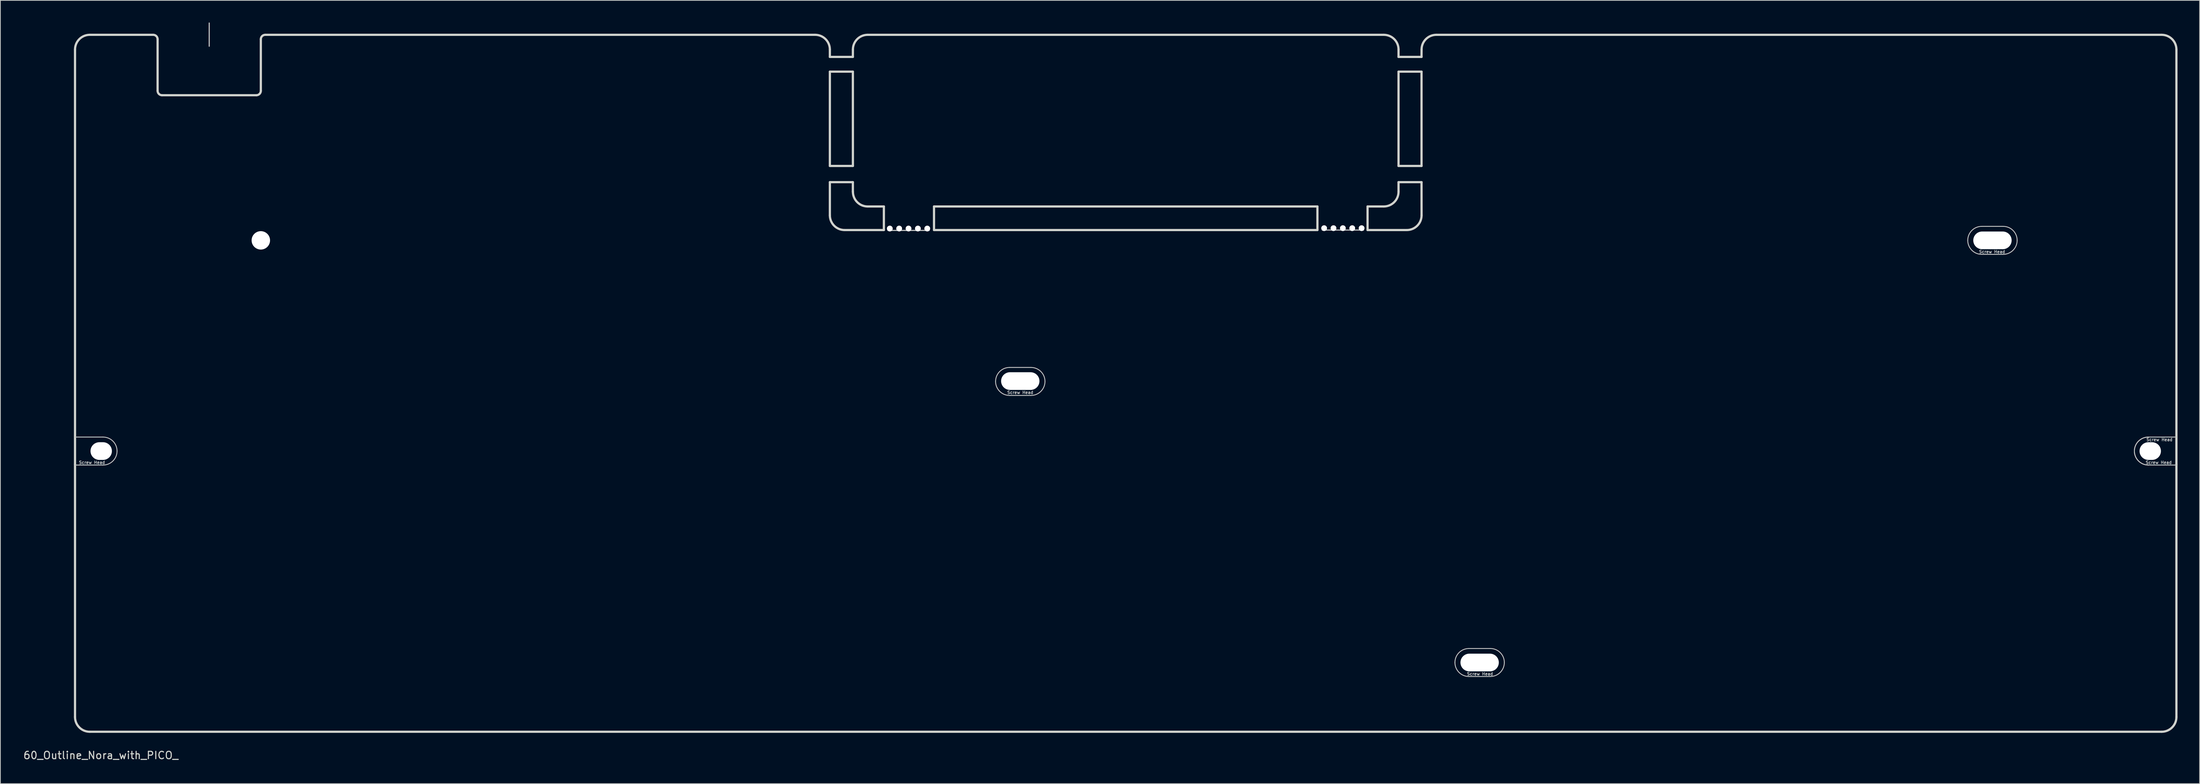
<source format=kicad_pcb>
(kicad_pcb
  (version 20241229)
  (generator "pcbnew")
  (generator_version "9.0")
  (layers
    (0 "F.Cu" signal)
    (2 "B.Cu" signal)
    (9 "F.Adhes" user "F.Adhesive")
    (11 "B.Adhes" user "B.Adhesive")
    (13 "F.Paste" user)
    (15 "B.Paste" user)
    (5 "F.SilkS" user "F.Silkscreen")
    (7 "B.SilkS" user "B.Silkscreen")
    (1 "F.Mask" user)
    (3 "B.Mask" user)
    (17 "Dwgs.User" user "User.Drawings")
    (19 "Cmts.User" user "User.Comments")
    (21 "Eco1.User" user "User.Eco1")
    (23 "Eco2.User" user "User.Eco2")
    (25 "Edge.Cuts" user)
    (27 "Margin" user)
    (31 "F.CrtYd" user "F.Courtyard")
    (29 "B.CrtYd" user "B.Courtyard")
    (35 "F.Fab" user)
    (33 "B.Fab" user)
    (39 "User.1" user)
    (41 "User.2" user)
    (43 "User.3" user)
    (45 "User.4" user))
  (footprint "60_Outline_Nora_with_PICO_"
    (layer "F.Cu")
    (at 149.625 48.975)
    (property "Reference" "60_Outline_Nora_with_PICO_" (at -139 50.5 0) (layer "Edge.Cuts") (effects (font (size 1 1) (thickness 0.15))))
    (attr through_hole)
    (fp_line (start -142.5 7.3) (end -138.7 7.3) (stroke (width 0.12) (type solid)) (layer "Dwgs.User"))
    (fp_line (start -142.5 11.1) (end -138.7 11.1) (stroke (width 0.12) (type solid)) (layer "Dwgs.User"))
    (fp_line (start -124.3 -48.9) (end -124.3 -45.75) (stroke (width 0.15) (type solid)) (layer "Dwgs.User"))
    (fp_line (start -32.25 -20.75) (end -26.662 -20.75) (stroke (width 0.15) (type solid)) (layer "Dwgs.User"))
    (fp_line (start -15.75 -2.15) (end -12.85 -2.15) (stroke (width 0.12) (type solid)) (layer "Dwgs.User"))
    (fp_line (start -15.75 1.65) (end -12.85 1.65) (stroke (width 0.12) (type solid)) (layer "Dwgs.User"))
    (fp_line (start 26.656 -20.8) (end 32.244 -20.8) (stroke (width 0.15) (type solid)) (layer "Dwgs.User"))
    (fp_line (start 46.55 36) (end 49.45 36) (stroke (width 0.12) (type solid)) (layer "Dwgs.User"))
    (fp_line (start 46.55 39.8) (end 49.45 39.8) (stroke (width 0.12) (type solid)) (layer "Dwgs.User"))
    (fp_line (start 116.1 -21.3) (end 119 -21.3) (stroke (width 0.12) (type solid)) (layer "Dwgs.User"))
    (fp_line (start 116.1 -17.5) (end 119 -17.5) (stroke (width 0.12) (type solid)) (layer "Dwgs.User"))
    (fp_line (start 138.7 7.3) (end 142.5 7.3) (stroke (width 0.12) (type solid)) (layer "Dwgs.User"))
    (fp_line (start 138.7 11.1) (end 142.5 11.1) (stroke (width 0.12) (type solid)) (layer "Dwgs.User"))
    (fp_arc (start -138.7 7.3) (mid -137.356497 7.856497) (end -136.8 9.2) (stroke (width 0.12) (type solid)) (layer "Dwgs.User"))
    (fp_arc (start -136.8 9.2) (mid -137.356497 10.543503) (end -138.7 11.1) (stroke (width 0.12) (type solid)) (layer "Dwgs.User"))
    (fp_arc (start -17.65 -0.25) (mid -17.093503 -1.593503) (end -15.75 -2.15) (stroke (width 0.12) (type solid)) (layer "Dwgs.User"))
    (fp_arc (start -15.75 1.65) (mid -17.093503 1.093503) (end -17.65 -0.25) (stroke (width 0.12) (type solid)) (layer "Dwgs.User"))
    (fp_arc (start -12.85 -2.15) (mid -11.506497 -1.593503) (end -10.95 -0.25) (stroke (width 0.12) (type solid)) (layer "Dwgs.User"))
    (fp_arc (start -10.95 -0.25) (mid -11.506497 1.093503) (end -12.85 1.65) (stroke (width 0.12) (type solid)) (layer "Dwgs.User"))
    (fp_arc (start 44.65 37.9) (mid 45.206497 36.556497) (end 46.55 36) (stroke (width 0.12) (type solid)) (layer "Dwgs.User"))
    (fp_arc (start 46.55 39.8) (mid 45.206497 39.243503) (end 44.65 37.9) (stroke (width 0.12) (type solid)) (layer "Dwgs.User"))
    (fp_arc (start 49.45 36) (mid 50.793503 36.556497) (end 51.35 37.9) (stroke (width 0.12) (type solid)) (layer "Dwgs.User"))
    (fp_arc (start 51.35 37.9) (mid 50.793503 39.243503) (end 49.45 39.8) (stroke (width 0.12) (type solid)) (layer "Dwgs.User"))
    (fp_arc (start 114.2 -19.4) (mid 114.756497 -20.743503) (end 116.1 -21.3) (stroke (width 0.12) (type solid)) (layer "Dwgs.User"))
    (fp_arc (start 116.1 -17.5) (mid 114.756497 -18.056497) (end 114.2 -19.4) (stroke (width 0.12) (type solid)) (layer "Dwgs.User"))
    (fp_arc (start 119 -21.3) (mid 120.343503 -20.743503) (end 120.9 -19.4) (stroke (width 0.12) (type solid)) (layer "Dwgs.User"))
    (fp_arc (start 120.9 -19.4) (mid 120.343503 -18.056497) (end 119 -17.5) (stroke (width 0.12) (type solid)) (layer "Dwgs.User"))
    (fp_arc (start 136.8 9.2) (mid 137.356497 7.856497) (end 138.7 7.3) (stroke (width 0.12) (type solid)) (layer "Dwgs.User"))
    (fp_arc (start 136.8 9.2) (mid 137.356497 7.856497) (end 138.7 7.3) (stroke (width 0.12) (type solid)) (layer "Dwgs.User"))
    (fp_arc (start 138.7 11.1) (mid 137.356497 10.543503) (end 136.8 9.2) (stroke (width 0.12) (type solid)) (layer "Dwgs.User"))
    (fp_arc (start 138.7 11.1) (mid 137.356497 10.543503) (end 136.8 9.2) (stroke (width 0.12) (type solid)) (layer "Dwgs.User"))
    (fp_line (start -132.3 -47.3) (end -124.3 -47.3) (stroke (width 0.12) (type solid)) (layer "Eco1.User"))
    (fp_line (start -124.3 -47.3) (end -116.3 -47.3) (stroke (width 0.12) (type solid)) (layer "Eco1.User"))
    (fp_line (start -58.65 45.025) (end -58.65 40.025) (stroke (width 0.12) (type solid)) (layer "Eco1.User"))
    (fp_line (start -55.895 42.525) (end -61.395 42.525) (stroke (width 0.12) (type solid)) (layer "Eco1.User"))
    (fp_line (start -51.125 -43.075) (end -44.125 -43.075) (stroke (width 0.12) (type solid)) (layer "Eco1.User"))
    (fp_line (start -47.625 -40.8) (end -47.625 -45.8) (stroke (width 0.12) (type solid)) (layer "Eco1.User"))
    (fp_line (start 40.13 -47.3) (end 40.125 -20.8) (stroke (width 0.12) (type solid)) (layer "Eco1.User"))
    (fp_line (start 42.895 45.025) (end 42.895 40.025) (stroke (width 0.12) (type solid)) (layer "Eco1.User"))
    (fp_line (start 45.325 -43.075) (end 50.125 -43.075) (stroke (width 0.12) (type solid)) (layer "Eco1.User"))
    (fp_line (start 45.65 42.525) (end 40.15 42.525) (stroke (width 0.12) (type solid)) (layer "Eco1.User"))
    (fp_line (start 47.62 -40.5) (end 47.62 -45.5) (stroke (width 0.12) (type solid)) (layer "Eco1.User"))
    (fp_line (start 81.245 45.025) (end 81.245 40.025) (stroke (width 0.12) (type solid)) (layer "Eco1.User"))
    (fp_line (start 84 42.525) (end 78.5 42.525) (stroke (width 0.12) (type solid)) (layer "Eco1.User"))
    (fp_line (start 142.5 -31.275) (end 40.145 -31.275) (stroke (width 0.12) (type solid)) (layer "Eco1.User"))
    (fp_line (start -142.5 11) (end -142.5 -45.3) (stroke (width 0.3) (type solid)) (layer "Edge.Cuts"))
    (fp_line (start -142.5 45.3) (end -142.5 11) (stroke (width 0.3) (type solid)) (layer "Edge.Cuts"))
    (fp_line (start -131.9 -47.3) (end -140.5 -47.3) (stroke (width 0.3) (type solid)) (layer "Edge.Cuts"))
    (fp_line (start -131.3 -39.7) (end -131.3 -46.7) (stroke (width 0.3) (type solid)) (layer "Edge.Cuts"))
    (fp_line (start -130.7 -39.1) (end -117.9 -39.1) (stroke (width 0.3) (type solid)) (layer "Edge.Cuts"))
    (fp_line (start -117.3 -39.7) (end -117.3 -46.7) (stroke (width 0.3) (type solid)) (layer "Edge.Cuts"))
    (fp_line (start -42.125 -47.3) (end -116.7 -47.3) (stroke (width 0.3) (type solid)) (layer "Edge.Cuts"))
    (fp_line (start -40.125 -44.3) (end -40.125 -45.3) (stroke (width 0.3) (type solid)) (layer "Edge.Cuts"))
    (fp_line (start -40.125 -29.5) (end -40.125 -42.3) (stroke (width 0.3) (type solid)) (layer "Edge.Cuts"))
    (fp_line (start -40.125 -22.8) (end -40.125 -27.3) (stroke (width 0.3) (type solid)) (layer "Edge.Cuts"))
    (fp_line (start -37.005 -44.3) (end -40.125 -44.3) (stroke (width 0.3) (type solid)) (layer "Edge.Cuts"))
    (fp_line (start -37.005 -44.3) (end -37 -45.3) (stroke (width 0.3) (type solid)) (layer "Edge.Cuts"))
    (fp_line (start -37.005 -42.3) (end -40.125 -42.3) (stroke (width 0.3) (type solid)) (layer "Edge.Cuts"))
    (fp_line (start -37.005 -29.5) (end -40.125 -29.5) (stroke (width 0.3) (type solid)) (layer "Edge.Cuts"))
    (fp_line (start -37.005 -27.3) (end -40.125 -27.3) (stroke (width 0.3) (type solid)) (layer "Edge.Cuts"))
    (fp_line (start -37.005 -26) (end -37.005 -27.3) (stroke (width 0.3) (type solid)) (layer "Edge.Cuts"))
    (fp_line (start -37 -29.5) (end -37.005 -42.3) (stroke (width 0.3) (type solid)) (layer "Edge.Cuts"))
    (fp_line (start -35 -24) (end -32.8 -24) (stroke (width 0.3) (type solid)) (layer "Edge.Cuts"))
    (fp_line (start -32.8 -20.8) (end -38.125 -20.8) (stroke (width 0.3) (type solid)) (layer "Edge.Cuts"))
    (fp_line (start -32.8 -20.8) (end -32.8 -24) (stroke (width 0.3) (type solid)) (layer "Edge.Cuts"))
    (fp_line (start -26 -24) (end 26 -24) (stroke (width 0.3) (type solid)) (layer "Edge.Cuts"))
    (fp_line (start -26 -20.8) (end -26 -24) (stroke (width 0.3) (type solid)) (layer "Edge.Cuts"))
    (fp_line (start 26 -20.8) (end -26 -20.8) (stroke (width 0.3) (type solid)) (layer "Edge.Cuts"))
    (fp_line (start 26 -20.8) (end 26 -24) (stroke (width 0.3) (type solid)) (layer "Edge.Cuts"))
    (fp_line (start 32.8 -24) (end 35 -24) (stroke (width 0.3) (type solid)) (layer "Edge.Cuts"))
    (fp_line (start 32.8 -20.8) (end 32.8 -24) (stroke (width 0.3) (type solid)) (layer "Edge.Cuts"))
    (fp_line (start 32.8 -20.8) (end 38.125 -20.8) (stroke (width 0.3) (type solid)) (layer "Edge.Cuts"))
    (fp_line (start 35 -47.3) (end -35 -47.3) (stroke (width 0.3) (type solid)) (layer "Edge.Cuts"))
    (fp_line (start 37 -44.3) (end 37 -45.3) (stroke (width 0.3) (type solid)) (layer "Edge.Cuts"))
    (fp_line (start 37 -29.5) (end 37 -42.3) (stroke (width 0.3) (type solid)) (layer "Edge.Cuts"))
    (fp_line (start 37 -26) (end 37 -27.3) (stroke (width 0.3) (type solid)) (layer "Edge.Cuts"))
    (fp_line (start 40.12 -44.3) (end 37 -44.3) (stroke (width 0.3) (type solid)) (layer "Edge.Cuts"))
    (fp_line (start 40.12 -44.3) (end 40.125 -45.3) (stroke (width 0.3) (type solid)) (layer "Edge.Cuts"))
    (fp_line (start 40.12 -42.3) (end 37 -42.3) (stroke (width 0.3) (type solid)) (layer "Edge.Cuts"))
    (fp_line (start 40.12 -29.5) (end 37 -29.5) (stroke (width 0.3) (type solid)) (layer "Edge.Cuts"))
    (fp_line (start 40.12 -29.5) (end 40.12 -42.3) (stroke (width 0.3) (type solid)) (layer "Edge.Cuts"))
    (fp_line (start 40.12 -27.3) (end 37 -27.3) (stroke (width 0.3) (type solid)) (layer "Edge.Cuts"))
    (fp_line (start 40.125 -22.8) (end 40.12 -27.3) (stroke (width 0.3) (type solid)) (layer "Edge.Cuts"))
    (fp_line (start 140.5 -47.3) (end 42.125 -47.3) (stroke (width 0.3) (type solid)) (layer "Edge.Cuts"))
    (fp_line (start 140.5 47.3) (end -140.5 47.3) (stroke (width 0.3) (type solid)) (layer "Edge.Cuts"))
    (fp_line (start 142.5 11) (end 142.5 -45.3) (stroke (width 0.3) (type solid)) (layer "Edge.Cuts"))
    (fp_line (start 142.5 11) (end 142.5 45.3) (stroke (width 0.3) (type solid)) (layer "Edge.Cuts"))
    (fp_arc (start -142.5 -45.3) (mid -141.914214 -46.714214) (end -140.5 -47.3) (stroke (width 0.3) (type solid)) (layer "Edge.Cuts"))
    (fp_arc (start -140.5 47.3) (mid -141.914214 46.714214) (end -142.5 45.3) (stroke (width 0.3) (type solid)) (layer "Edge.Cuts"))
    (fp_arc (start -131.9 -47.3) (mid -131.475736 -47.124264) (end -131.3 -46.7) (stroke (width 0.3) (type solid)) (layer "Edge.Cuts"))
    (fp_arc (start -130.7 -39.1) (mid -131.124264 -39.275736) (end -131.3 -39.7) (stroke (width 0.3) (type solid)) (layer "Edge.Cuts"))
    (fp_arc (start -117.3 -46.7) (mid -117.124264 -47.124264) (end -116.7 -47.3) (stroke (width 0.3) (type solid)) (layer "Edge.Cuts"))
    (fp_arc (start -117.3 -39.7) (mid -117.475736 -39.275736) (end -117.9 -39.1) (stroke (width 0.3) (type solid)) (layer "Edge.Cuts"))
    (fp_arc (start -42.125 -47.3) (mid -40.710786 -46.714214) (end -40.125 -45.3) (stroke (width 0.3) (type solid)) (layer "Edge.Cuts"))
    (fp_arc (start -38.125 -20.8) (mid -39.539214 -21.385786) (end -40.125 -22.8) (stroke (width 0.3) (type solid)) (layer "Edge.Cuts"))
    (fp_arc (start -37 -45.3) (mid -36.414214 -46.714214) (end -35 -47.3) (stroke (width 0.3) (type solid)) (layer "Edge.Cuts"))
    (fp_arc (start -35 -24) (mid -36.414214 -24.585786) (end -37 -26) (stroke (width 0.3) (type solid)) (layer "Edge.Cuts"))
    (fp_arc (start 35 -47.3) (mid 36.414214 -46.714214) (end 37 -45.3) (stroke (width 0.3) (type solid)) (layer "Edge.Cuts"))
    (fp_arc (start 37 -26) (mid 36.414214 -24.585786) (end 35 -24) (stroke (width 0.3) (type solid)) (layer "Edge.Cuts"))
    (fp_arc (start 40.125 -45.3) (mid 40.710786 -46.714214) (end 42.125 -47.3) (stroke (width 0.3) (type solid)) (layer "Edge.Cuts"))
    (fp_arc (start 40.125 -22.8) (mid 39.539214 -21.385786) (end 38.125 -20.8) (stroke (width 0.3) (type solid)) (layer "Edge.Cuts"))
    (fp_arc (start 140.5 -47.3) (mid 141.914214 -46.714214) (end 142.5 -45.3) (stroke (width 0.3) (type solid)) (layer "Edge.Cuts"))
    (fp_arc (start 142.5 45.3) (mid 141.914214 46.714214) (end 140.5 47.3) (stroke (width 0.3) (type solid)) (layer "Edge.Cuts"))
    (fp_text user "Screw Head" (at -140.2 10.75 0) (layer "Dwgs.User") (effects (font (size 0.4 0.4) (thickness 0.08))))
    (fp_text user "Screw Head" (at -14.3 1.25 0) (layer "Dwgs.User") (effects (font (size 0.4 0.4) (thickness 0.08))))
    (fp_text user "Screw Head" (at 117.5 -17.85 0) (layer "Dwgs.User") (effects (font (size 0.4 0.4) (thickness 0.08))))
    (fp_text user "Screw Head" (at 140.2 7.65 180) (layer "Dwgs.User") (effects (font (size 0.4 0.4) (thickness 0.08))))
    (fp_text user "Screw Head" (at 140.1 10.75 0) (layer "Dwgs.User") (effects (font (size 0.4 0.4) (thickness 0.08))))
    (fp_text user "Screw Head" (at 48.05 39.45 0) (layer "Dwgs.User") (effects (font (size 0.4 0.4) (thickness 0.08))))
    (fp_text user "M2 2.2mm Hole" (at -58.395 46 0) (layer "Eco1.User") (effects (font (size 1 1) (thickness 0.15))))
    (fp_text user "M2 2.2mm Hole" (at 43 46 0) (layer "Eco1.User") (effects (font (size 1 1) (thickness 0.15))))
    (fp_text user "!! NO COPPER  HERE !!" (at 0 -36 0) (layer "Eco1.User") (effects (font (size 3.6 3.6) (thickness 0.8))))
    (fp_text user "M2 2.2mm Hole" (at 47.875 -39.5 0) (layer "Eco1.User") (effects (font (size 1 1) (thickness 0.15))))
    (fp_text user "M2 2.2mm Hole" (at 81.5 46 0) (layer "Eco1.User") (effects (font (size 1 1) (thickness 0.15))))
    (fp_text user "M2 2.2mm Hole" (at -47.125 -39.5 0) (layer "Eco1.User") (effects (font (size 1 1) (thickness 0.15))))
    (pad "" np_thru_hole oval (at -138.95 9.2) (size 2.9 2.4) (drill oval 2.9 2.4) (layers "*.Cu" "*.Mask"))
    (pad "" np_thru_hole circle (at -117.3 -19.4) (size 2.499 2.499) (drill 2.499) (layers "*.Cu" "*.Mask"))
    (pad "" np_thru_hole circle (at -31.996 -21.004) (size 0.787 0.787) (drill 0.787) (layers "*.Cu" "*.Mask"))
    (pad "" np_thru_hole circle (at -30.726 -21.004) (size 0.787 0.787) (drill 0.787) (layers "*.Cu" "*.Mask"))
    (pad "" np_thru_hole circle (at -29.456 -21.004) (size 0.787 0.787) (drill 0.787) (layers "*.Cu" "*.Mask"))
    (pad "" np_thru_hole circle (at -28.186 -21.004) (size 0.787 0.787) (drill 0.787) (layers "*.Cu" "*.Mask"))
    (pad "" np_thru_hole circle (at -26.916 -21.004) (size 0.787 0.787) (drill 0.787) (layers "*.Cu" "*.Mask"))
    (pad "" np_thru_hole oval (at -14.3 -0.3) (size 5.2 2.4) (drill oval 5.2 2.4) (layers "*.Cu" "*.Mask"))
    (pad "" np_thru_hole circle (at 26.91 -21.054) (size 0.787 0.787) (drill 0.787) (layers "*.Cu" "*.Mask"))
    (pad "" np_thru_hole circle (at 28.18 -21.054) (size 0.787 0.787) (drill 0.787) (layers "*.Cu" "*.Mask"))
    (pad "" np_thru_hole circle (at 29.45 -21.054) (size 0.787 0.787) (drill 0.787) (layers "*.Cu" "*.Mask"))
    (pad "" np_thru_hole circle (at 30.72 -21.054) (size 0.787 0.787) (drill 0.787) (layers "*.Cu" "*.Mask"))
    (pad "" np_thru_hole circle (at 31.99 -21.054) (size 0.787 0.787) (drill 0.787) (layers "*.Cu" "*.Mask"))
    (pad "" np_thru_hole oval (at 48 37.9) (size 5.2 2.4) (drill oval 5.2 2.4) (layers "*.Cu" "*.Mask"))
    (pad "" np_thru_hole oval (at 117.55 -19.4) (size 5.2 2.4) (drill oval 5.2 2.4) (layers "*.Cu" "*.Mask"))
    (pad "" np_thru_hole oval (at 138.95 9.2 180) (size 2.9 2.4) (drill oval 2.9 2.4) (layers "*.Cu" "*.Mask")))
  (gr_rect
    (start -3 -3)
    (end 295.275 103.323)
    (stroke (width 0.1) (type default))
    (fill no)
    (layer "Edge.Cuts")))
</source>
